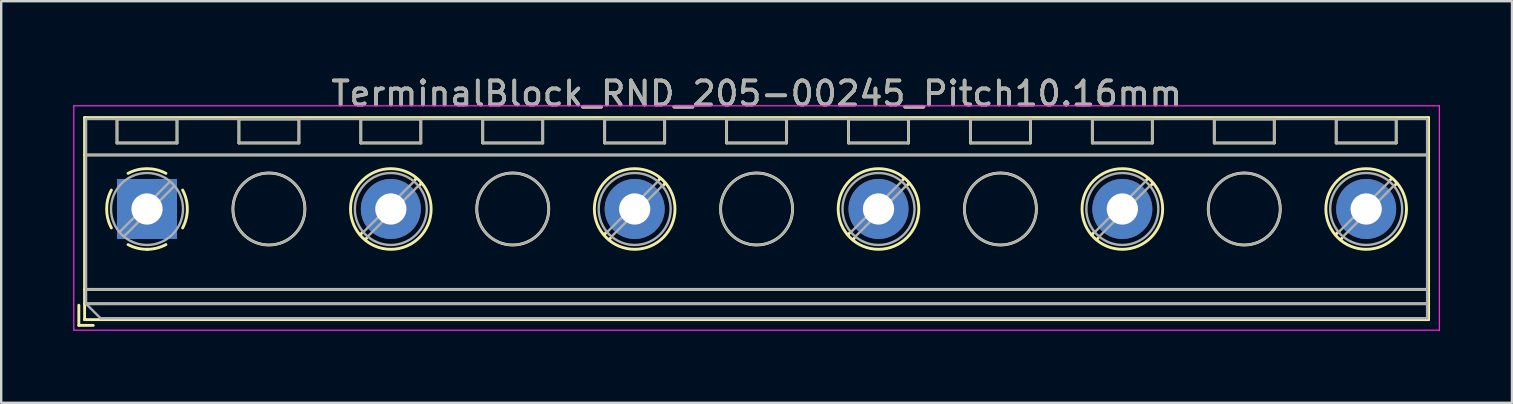
<source format=kicad_pcb>
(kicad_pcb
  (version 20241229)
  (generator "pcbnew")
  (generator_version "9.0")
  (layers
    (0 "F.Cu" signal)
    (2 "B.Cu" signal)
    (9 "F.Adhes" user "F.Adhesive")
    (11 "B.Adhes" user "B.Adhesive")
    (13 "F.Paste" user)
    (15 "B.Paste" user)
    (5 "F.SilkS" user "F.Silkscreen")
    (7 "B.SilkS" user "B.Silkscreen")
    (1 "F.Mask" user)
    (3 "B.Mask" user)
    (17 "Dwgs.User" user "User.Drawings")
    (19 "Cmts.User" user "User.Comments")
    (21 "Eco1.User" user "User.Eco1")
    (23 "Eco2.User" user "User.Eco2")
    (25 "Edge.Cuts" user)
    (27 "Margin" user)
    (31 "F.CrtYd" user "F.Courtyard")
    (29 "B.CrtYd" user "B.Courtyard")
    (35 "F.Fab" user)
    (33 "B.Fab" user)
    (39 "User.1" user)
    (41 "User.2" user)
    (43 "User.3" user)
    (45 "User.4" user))
  (footprint "TerminalBlock_RND_205-00245_Pitch10.16mm"
    (layer "F.Cu")
    (at 3.075 5.658)
    (property "Reference" "TerminalBlock_RND_205-00245_Pitch10.16mm" (at 25.4 -4.81 0) (layer "F.SilkS") (effects (font (size 1 1) (thickness 0.15))))
    (attr through_hole)
    (fp_line (start -2.84 4.01) (end -2.84 4.85) (stroke (width 0.12) (type solid)) (layer "F.SilkS"))
    (fp_line (start -2.84 4.85) (end -2.24 4.85) (stroke (width 0.12) (type solid)) (layer "F.SilkS"))
    (fp_line (start -2.6 -3.81) (end -2.6 4.61) (stroke (width 0.12) (type solid)) (layer "F.SilkS"))
    (fp_line (start -2.6 -2.25) (end 53.4 -2.25) (stroke (width 0.12) (type solid)) (layer "F.SilkS"))
    (fp_line (start -2.6 3.35) (end 53.4 3.35) (stroke (width 0.12) (type solid)) (layer "F.SilkS"))
    (fp_line (start -2.6 3.95) (end 53.4 3.95) (stroke (width 0.12) (type solid)) (layer "F.SilkS"))
    (fp_line (start -2.6 4.61) (end 53.4 4.61) (stroke (width 0.12) (type solid)) (layer "F.SilkS"))
    (fp_line (start -1.25 -3.751) (end -1.25 -2.751) (stroke (width 0.12) (type solid)) (layer "F.SilkS"))
    (fp_line (start -1.25 -3.751) (end 1.25 -3.751) (stroke (width 0.12) (type solid)) (layer "F.SilkS"))
    (fp_line (start -1.25 -2.751) (end 1.25 -2.751) (stroke (width 0.12) (type solid)) (layer "F.SilkS"))
    (fp_line (start 1.25 -3.751) (end 1.25 -2.751) (stroke (width 0.12) (type solid)) (layer "F.SilkS"))
    (fp_line (start 3.83 -3.751) (end 3.83 -2.751) (stroke (width 0.12) (type solid)) (layer "F.SilkS"))
    (fp_line (start 3.83 -3.751) (end 6.33 -3.751) (stroke (width 0.12) (type solid)) (layer "F.SilkS"))
    (fp_line (start 3.83 -2.751) (end 6.33 -2.751) (stroke (width 0.12) (type solid)) (layer "F.SilkS"))
    (fp_line (start 6.33 -3.751) (end 6.33 -2.751) (stroke (width 0.12) (type solid)) (layer "F.SilkS"))
    (fp_line (start 8.91 -3.751) (end 8.91 -2.751) (stroke (width 0.12) (type solid)) (layer "F.SilkS"))
    (fp_line (start 8.91 -3.751) (end 11.41 -3.751) (stroke (width 0.12) (type solid)) (layer "F.SilkS"))
    (fp_line (start 8.91 -2.751) (end 11.41 -2.751) (stroke (width 0.12) (type solid)) (layer "F.SilkS"))
    (fp_line (start 8.98 0.976) (end 8.886 1.069) (stroke (width 0.12) (type solid)) (layer "F.SilkS"))
    (fp_line (start 9.15 1.216) (end 9.091 1.274) (stroke (width 0.12) (type solid)) (layer "F.SilkS"))
    (fp_line (start 11.23 -1.275) (end 11.171 -1.216) (stroke (width 0.12) (type solid)) (layer "F.SilkS"))
    (fp_line (start 11.41 -3.751) (end 11.41 -2.751) (stroke (width 0.12) (type solid)) (layer "F.SilkS"))
    (fp_line (start 11.435 -1.069) (end 11.341 -0.976) (stroke (width 0.12) (type solid)) (layer "F.SilkS"))
    (fp_line (start 13.99 -3.751) (end 13.99 -2.751) (stroke (width 0.12) (type solid)) (layer "F.SilkS"))
    (fp_line (start 13.99 -3.751) (end 16.49 -3.751) (stroke (width 0.12) (type solid)) (layer "F.SilkS"))
    (fp_line (start 13.99 -2.751) (end 16.49 -2.751) (stroke (width 0.12) (type solid)) (layer "F.SilkS"))
    (fp_line (start 16.49 -3.751) (end 16.49 -2.751) (stroke (width 0.12) (type solid)) (layer "F.SilkS"))
    (fp_line (start 19.07 -3.751) (end 19.07 -2.751) (stroke (width 0.12) (type solid)) (layer "F.SilkS"))
    (fp_line (start 19.07 -3.751) (end 21.57 -3.751) (stroke (width 0.12) (type solid)) (layer "F.SilkS"))
    (fp_line (start 19.07 -2.751) (end 21.57 -2.751) (stroke (width 0.12) (type solid)) (layer "F.SilkS"))
    (fp_line (start 19.14 0.976) (end 19.046 1.069) (stroke (width 0.12) (type solid)) (layer "F.SilkS"))
    (fp_line (start 19.31 1.216) (end 19.251 1.274) (stroke (width 0.12) (type solid)) (layer "F.SilkS"))
    (fp_line (start 21.39 -1.275) (end 21.331 -1.216) (stroke (width 0.12) (type solid)) (layer "F.SilkS"))
    (fp_line (start 21.57 -3.751) (end 21.57 -2.751) (stroke (width 0.12) (type solid)) (layer "F.SilkS"))
    (fp_line (start 21.595 -1.069) (end 21.501 -0.976) (stroke (width 0.12) (type solid)) (layer "F.SilkS"))
    (fp_line (start 24.15 -3.751) (end 24.15 -2.751) (stroke (width 0.12) (type solid)) (layer "F.SilkS"))
    (fp_line (start 24.15 -3.751) (end 26.65 -3.751) (stroke (width 0.12) (type solid)) (layer "F.SilkS"))
    (fp_line (start 24.15 -2.751) (end 26.65 -2.751) (stroke (width 0.12) (type solid)) (layer "F.SilkS"))
    (fp_line (start 26.65 -3.751) (end 26.65 -2.751) (stroke (width 0.12) (type solid)) (layer "F.SilkS"))
    (fp_line (start 29.23 -3.751) (end 29.23 -2.751) (stroke (width 0.12) (type solid)) (layer "F.SilkS"))
    (fp_line (start 29.23 -3.751) (end 31.73 -3.751) (stroke (width 0.12) (type solid)) (layer "F.SilkS"))
    (fp_line (start 29.23 -2.751) (end 31.73 -2.751) (stroke (width 0.12) (type solid)) (layer "F.SilkS"))
    (fp_line (start 29.3 0.976) (end 29.206 1.069) (stroke (width 0.12) (type solid)) (layer "F.SilkS"))
    (fp_line (start 29.47 1.216) (end 29.411 1.274) (stroke (width 0.12) (type solid)) (layer "F.SilkS"))
    (fp_line (start 31.55 -1.275) (end 31.491 -1.216) (stroke (width 0.12) (type solid)) (layer "F.SilkS"))
    (fp_line (start 31.73 -3.751) (end 31.73 -2.751) (stroke (width 0.12) (type solid)) (layer "F.SilkS"))
    (fp_line (start 31.755 -1.069) (end 31.661 -0.976) (stroke (width 0.12) (type solid)) (layer "F.SilkS"))
    (fp_line (start 34.31 -3.751) (end 34.31 -2.751) (stroke (width 0.12) (type solid)) (layer "F.SilkS"))
    (fp_line (start 34.31 -3.751) (end 36.81 -3.751) (stroke (width 0.12) (type solid)) (layer "F.SilkS"))
    (fp_line (start 34.31 -2.751) (end 36.81 -2.751) (stroke (width 0.12) (type solid)) (layer "F.SilkS"))
    (fp_line (start 36.81 -3.751) (end 36.81 -2.751) (stroke (width 0.12) (type solid)) (layer "F.SilkS"))
    (fp_line (start 39.39 -3.751) (end 39.39 -2.751) (stroke (width 0.12) (type solid)) (layer "F.SilkS"))
    (fp_line (start 39.39 -3.751) (end 41.89 -3.751) (stroke (width 0.12) (type solid)) (layer "F.SilkS"))
    (fp_line (start 39.39 -2.751) (end 41.89 -2.751) (stroke (width 0.12) (type solid)) (layer "F.SilkS"))
    (fp_line (start 39.46 0.976) (end 39.366 1.069) (stroke (width 0.12) (type solid)) (layer "F.SilkS"))
    (fp_line (start 39.63 1.216) (end 39.571 1.274) (stroke (width 0.12) (type solid)) (layer "F.SilkS"))
    (fp_line (start 41.71 -1.275) (end 41.651 -1.216) (stroke (width 0.12) (type solid)) (layer "F.SilkS"))
    (fp_line (start 41.89 -3.751) (end 41.89 -2.751) (stroke (width 0.12) (type solid)) (layer "F.SilkS"))
    (fp_line (start 41.915 -1.069) (end 41.821 -0.976) (stroke (width 0.12) (type solid)) (layer "F.SilkS"))
    (fp_line (start 44.47 -3.751) (end 44.47 -2.751) (stroke (width 0.12) (type solid)) (layer "F.SilkS"))
    (fp_line (start 44.47 -3.751) (end 46.97 -3.751) (stroke (width 0.12) (type solid)) (layer "F.SilkS"))
    (fp_line (start 44.47 -2.751) (end 46.97 -2.751) (stroke (width 0.12) (type solid)) (layer "F.SilkS"))
    (fp_line (start 46.97 -3.751) (end 46.97 -2.751) (stroke (width 0.12) (type solid)) (layer "F.SilkS"))
    (fp_line (start 49.55 -3.751) (end 49.55 -2.751) (stroke (width 0.12) (type solid)) (layer "F.SilkS"))
    (fp_line (start 49.55 -3.751) (end 52.05 -3.751) (stroke (width 0.12) (type solid)) (layer "F.SilkS"))
    (fp_line (start 49.55 -2.751) (end 52.05 -2.751) (stroke (width 0.12) (type solid)) (layer "F.SilkS"))
    (fp_line (start 49.62 0.976) (end 49.526 1.069) (stroke (width 0.12) (type solid)) (layer "F.SilkS"))
    (fp_line (start 49.79 1.216) (end 49.731 1.274) (stroke (width 0.12) (type solid)) (layer "F.SilkS"))
    (fp_line (start 51.87 -1.275) (end 51.811 -1.216) (stroke (width 0.12) (type solid)) (layer "F.SilkS"))
    (fp_line (start 52.05 -3.751) (end 52.05 -2.751) (stroke (width 0.12) (type solid)) (layer "F.SilkS"))
    (fp_line (start 52.075 -1.069) (end 51.981 -0.976) (stroke (width 0.12) (type solid)) (layer "F.SilkS"))
    (fp_line (start 53.4 -3.81) (end -2.6 -3.81) (stroke (width 0.12) (type solid)) (layer "F.SilkS"))
    (fp_line (start 53.4 4.61) (end 53.4 -3.81) (stroke (width 0.12) (type solid)) (layer "F.SilkS"))
    (fp_arc (start -1.483953 0.789089) (mid -1.680708 0.00005) (end -1.484 -0.789) (stroke (width 0.12) (type solid)) (layer "F.SilkS"))
    (fp_arc (start -0.789089 -1.483953) (mid -0.00005 -1.680708) (end 0.789 -1.484) (stroke (width 0.12) (type solid)) (layer "F.SilkS"))
    (fp_arc (start 0.029383 1.68045) (mid -0.392304 1.634281) (end -0.789 1.484) (stroke (width 0.12) (type solid)) (layer "F.SilkS"))
    (fp_arc (start 0.788712 1.483352) (mid 0.406429 1.630097) (end 0 1.68) (stroke (width 0.12) (type solid)) (layer "F.SilkS"))
    (fp_arc (start 1.483953 -0.789089) (mid 1.680708 -0.00005) (end 1.484 0.789) (stroke (width 0.12) (type solid)) (layer "F.SilkS"))
    (fp_circle (center 5.08 0) (end 6.58 0) (stroke (width 0.12) (type solid)) (fill no) (layer "F.SilkS"))
    (fp_circle (center 10.16 0) (end 11.84 0) (stroke (width 0.12) (type solid)) (fill no) (layer "F.SilkS"))
    (fp_circle (center 15.24 0) (end 16.74 0) (stroke (width 0.12) (type solid)) (fill no) (layer "F.SilkS"))
    (fp_circle (center 20.32 0) (end 22 0) (stroke (width 0.12) (type solid)) (fill no) (layer "F.SilkS"))
    (fp_circle (center 25.4 0) (end 26.9 0) (stroke (width 0.12) (type solid)) (fill no) (layer "F.SilkS"))
    (fp_circle (center 30.48 0) (end 32.16 0) (stroke (width 0.12) (type solid)) (fill no) (layer "F.SilkS"))
    (fp_circle (center 35.56 0) (end 37.06 0) (stroke (width 0.12) (type solid)) (fill no) (layer "F.SilkS"))
    (fp_circle (center 40.64 0) (end 42.32 0) (stroke (width 0.12) (type solid)) (fill no) (layer "F.SilkS"))
    (fp_circle (center 45.72 0) (end 47.22 0) (stroke (width 0.12) (type solid)) (fill no) (layer "F.SilkS"))
    (fp_circle (center 50.8 0) (end 52.48 0) (stroke (width 0.12) (type solid)) (fill no) (layer "F.SilkS"))
    (fp_line (start -3.05 -4.3) (end -3.05 5.05) (stroke (width 0.05) (type solid)) (layer "F.CrtYd"))
    (fp_line (start -3.05 5.05) (end 53.85 5.05) (stroke (width 0.05) (type solid)) (layer "F.CrtYd"))
    (fp_line (start 53.85 -4.3) (end -3.05 -4.3) (stroke (width 0.05) (type solid)) (layer "F.CrtYd"))
    (fp_line (start 53.85 5.05) (end 53.85 -4.3) (stroke (width 0.05) (type solid)) (layer "F.CrtYd"))
    (fp_line (start -2.54 -3.75) (end 53.34 -3.75) (stroke (width 0.1) (type solid)) (layer "F.Fab"))
    (fp_line (start -2.54 -2.25) (end 53.34 -2.25) (stroke (width 0.1) (type solid)) (layer "F.Fab"))
    (fp_line (start -2.54 3.35) (end 53.34 3.35) (stroke (width 0.1) (type solid)) (layer "F.Fab"))
    (fp_line (start -2.54 3.95) (end -2.54 -3.75) (stroke (width 0.1) (type solid)) (layer "F.Fab"))
    (fp_line (start -2.54 3.95) (end 53.34 3.95) (stroke (width 0.1) (type solid)) (layer "F.Fab"))
    (fp_line (start -1.94 4.55) (end -2.54 3.95) (stroke (width 0.1) (type solid)) (layer "F.Fab"))
    (fp_line (start -1.25 -3.75) (end -1.25 -2.75) (stroke (width 0.1) (type solid)) (layer "F.Fab"))
    (fp_line (start -1.25 -2.75) (end 1.25 -2.75) (stroke (width 0.1) (type solid)) (layer "F.Fab"))
    (fp_line (start 0.955 -1.138) (end -1.138 0.955) (stroke (width 0.1) (type solid)) (layer "F.Fab"))
    (fp_line (start 1.138 -0.955) (end -0.955 1.138) (stroke (width 0.1) (type solid)) (layer "F.Fab"))
    (fp_line (start 1.25 -3.75) (end -1.25 -3.75) (stroke (width 0.1) (type solid)) (layer "F.Fab"))
    (fp_line (start 1.25 -2.75) (end 1.25 -3.75) (stroke (width 0.1) (type solid)) (layer "F.Fab"))
    (fp_line (start 3.83 -3.75) (end 3.83 -2.75) (stroke (width 0.1) (type solid)) (layer "F.Fab"))
    (fp_line (start 3.83 -2.75) (end 6.33 -2.75) (stroke (width 0.1) (type solid)) (layer "F.Fab"))
    (fp_line (start 6.33 -3.75) (end 3.83 -3.75) (stroke (width 0.1) (type solid)) (layer "F.Fab"))
    (fp_line (start 6.33 -2.75) (end 6.33 -3.75) (stroke (width 0.1) (type solid)) (layer "F.Fab"))
    (fp_line (start 8.91 -3.75) (end 8.91 -2.75) (stroke (width 0.1) (type solid)) (layer "F.Fab"))
    (fp_line (start 8.91 -2.75) (end 11.41 -2.75) (stroke (width 0.1) (type solid)) (layer "F.Fab"))
    (fp_line (start 11.115 -1.138) (end 9.023 0.955) (stroke (width 0.1) (type solid)) (layer "F.Fab"))
    (fp_line (start 11.298 -0.955) (end 9.206 1.138) (stroke (width 0.1) (type solid)) (layer "F.Fab"))
    (fp_line (start 11.41 -3.75) (end 8.91 -3.75) (stroke (width 0.1) (type solid)) (layer "F.Fab"))
    (fp_line (start 11.41 -2.75) (end 11.41 -3.75) (stroke (width 0.1) (type solid)) (layer "F.Fab"))
    (fp_line (start 13.99 -3.75) (end 13.99 -2.75) (stroke (width 0.1) (type solid)) (layer "F.Fab"))
    (fp_line (start 13.99 -2.75) (end 16.49 -2.75) (stroke (width 0.1) (type solid)) (layer "F.Fab"))
    (fp_line (start 16.49 -3.75) (end 13.99 -3.75) (stroke (width 0.1) (type solid)) (layer "F.Fab"))
    (fp_line (start 16.49 -2.75) (end 16.49 -3.75) (stroke (width 0.1) (type solid)) (layer "F.Fab"))
    (fp_line (start 19.07 -3.75) (end 19.07 -2.75) (stroke (width 0.1) (type solid)) (layer "F.Fab"))
    (fp_line (start 19.07 -2.75) (end 21.57 -2.75) (stroke (width 0.1) (type solid)) (layer "F.Fab"))
    (fp_line (start 21.275 -1.138) (end 19.183 0.955) (stroke (width 0.1) (type solid)) (layer "F.Fab"))
    (fp_line (start 21.458 -0.955) (end 19.366 1.138) (stroke (width 0.1) (type solid)) (layer "F.Fab"))
    (fp_line (start 21.57 -3.75) (end 19.07 -3.75) (stroke (width 0.1) (type solid)) (layer "F.Fab"))
    (fp_line (start 21.57 -2.75) (end 21.57 -3.75) (stroke (width 0.1) (type solid)) (layer "F.Fab"))
    (fp_line (start 24.15 -3.75) (end 24.15 -2.75) (stroke (width 0.1) (type solid)) (layer "F.Fab"))
    (fp_line (start 24.15 -2.75) (end 26.65 -2.75) (stroke (width 0.1) (type solid)) (layer "F.Fab"))
    (fp_line (start 26.65 -3.75) (end 24.15 -3.75) (stroke (width 0.1) (type solid)) (layer "F.Fab"))
    (fp_line (start 26.65 -2.75) (end 26.65 -3.75) (stroke (width 0.1) (type solid)) (layer "F.Fab"))
    (fp_line (start 29.23 -3.75) (end 29.23 -2.75) (stroke (width 0.1) (type solid)) (layer "F.Fab"))
    (fp_line (start 29.23 -2.75) (end 31.73 -2.75) (stroke (width 0.1) (type solid)) (layer "F.Fab"))
    (fp_line (start 31.435 -1.138) (end 29.343 0.955) (stroke (width 0.1) (type solid)) (layer "F.Fab"))
    (fp_line (start 31.618 -0.955) (end 29.526 1.138) (stroke (width 0.1) (type solid)) (layer "F.Fab"))
    (fp_line (start 31.73 -3.75) (end 29.23 -3.75) (stroke (width 0.1) (type solid)) (layer "F.Fab"))
    (fp_line (start 31.73 -2.75) (end 31.73 -3.75) (stroke (width 0.1) (type solid)) (layer "F.Fab"))
    (fp_line (start 34.31 -3.75) (end 34.31 -2.75) (stroke (width 0.1) (type solid)) (layer "F.Fab"))
    (fp_line (start 34.31 -2.75) (end 36.81 -2.75) (stroke (width 0.1) (type solid)) (layer "F.Fab"))
    (fp_line (start 36.81 -3.75) (end 34.31 -3.75) (stroke (width 0.1) (type solid)) (layer "F.Fab"))
    (fp_line (start 36.81 -2.75) (end 36.81 -3.75) (stroke (width 0.1) (type solid)) (layer "F.Fab"))
    (fp_line (start 39.39 -3.75) (end 39.39 -2.75) (stroke (width 0.1) (type solid)) (layer "F.Fab"))
    (fp_line (start 39.39 -2.75) (end 41.89 -2.75) (stroke (width 0.1) (type solid)) (layer "F.Fab"))
    (fp_line (start 41.595 -1.138) (end 39.503 0.955) (stroke (width 0.1) (type solid)) (layer "F.Fab"))
    (fp_line (start 41.778 -0.955) (end 39.686 1.138) (stroke (width 0.1) (type solid)) (layer "F.Fab"))
    (fp_line (start 41.89 -3.75) (end 39.39 -3.75) (stroke (width 0.1) (type solid)) (layer "F.Fab"))
    (fp_line (start 41.89 -2.75) (end 41.89 -3.75) (stroke (width 0.1) (type solid)) (layer "F.Fab"))
    (fp_line (start 44.47 -3.75) (end 44.47 -2.75) (stroke (width 0.1) (type solid)) (layer "F.Fab"))
    (fp_line (start 44.47 -2.75) (end 46.97 -2.75) (stroke (width 0.1) (type solid)) (layer "F.Fab"))
    (fp_line (start 46.97 -3.75) (end 44.47 -3.75) (stroke (width 0.1) (type solid)) (layer "F.Fab"))
    (fp_line (start 46.97 -2.75) (end 46.97 -3.75) (stroke (width 0.1) (type solid)) (layer "F.Fab"))
    (fp_line (start 49.55 -3.75) (end 49.55 -2.75) (stroke (width 0.1) (type solid)) (layer "F.Fab"))
    (fp_line (start 49.55 -2.75) (end 52.05 -2.75) (stroke (width 0.1) (type solid)) (layer "F.Fab"))
    (fp_line (start 51.755 -1.138) (end 49.663 0.955) (stroke (width 0.1) (type solid)) (layer "F.Fab"))
    (fp_line (start 51.938 -0.955) (end 49.846 1.138) (stroke (width 0.1) (type solid)) (layer "F.Fab"))
    (fp_line (start 52.05 -3.75) (end 49.55 -3.75) (stroke (width 0.1) (type solid)) (layer "F.Fab"))
    (fp_line (start 52.05 -2.75) (end 52.05 -3.75) (stroke (width 0.1) (type solid)) (layer "F.Fab"))
    (fp_line (start 53.34 -3.75) (end 53.34 4.55) (stroke (width 0.1) (type solid)) (layer "F.Fab"))
    (fp_line (start 53.34 4.55) (end -1.94 4.55) (stroke (width 0.1) (type solid)) (layer "F.Fab"))
    (fp_circle (center 0 0) (end 1.5 0) (stroke (width 0.1) (type solid)) (fill no) (layer "F.Fab"))
    (fp_circle (center 5.08 0) (end 6.58 0) (stroke (width 0.1) (type solid)) (fill no) (layer "F.Fab"))
    (fp_circle (center 10.16 0) (end 11.66 0) (stroke (width 0.1) (type solid)) (fill no) (layer "F.Fab"))
    (fp_circle (center 15.24 0) (end 16.74 0) (stroke (width 0.1) (type solid)) (fill no) (layer "F.Fab"))
    (fp_circle (center 20.32 0) (end 21.82 0) (stroke (width 0.1) (type solid)) (fill no) (layer "F.Fab"))
    (fp_circle (center 25.4 0) (end 26.9 0) (stroke (width 0.1) (type solid)) (fill no) (layer "F.Fab"))
    (fp_circle (center 30.48 0) (end 31.98 0) (stroke (width 0.1) (type solid)) (fill no) (layer "F.Fab"))
    (fp_circle (center 35.56 0) (end 37.06 0) (stroke (width 0.1) (type solid)) (fill no) (layer "F.Fab"))
    (fp_circle (center 40.64 0) (end 42.14 0) (stroke (width 0.1) (type solid)) (fill no) (layer "F.Fab"))
    (fp_circle (center 45.72 0) (end 47.22 0) (stroke (width 0.1) (type solid)) (fill no) (layer "F.Fab"))
    (fp_circle (center 50.8 0) (end 52.3 0) (stroke (width 0.1) (type solid)) (fill no) (layer "F.Fab"))
    (fp_text user "${REFERENCE}" (at 25.4 -4.81 0) (layer "F.Fab") (effects (font (size 1 1) (thickness 0.15))))
    (pad "1" thru_hole rect (at 0 0) (size 2.5 2.5) (drill 1.3) (layers "*.Cu" "*.Mask"))
    (pad "2" thru_hole circle (at 10.16 0) (size 2.5 2.5) (drill 1.3) (layers "*.Cu" "*.Mask"))
    (pad "3" thru_hole circle (at 20.32 0) (size 2.5 2.5) (drill 1.3) (layers "*.Cu" "*.Mask"))
    (pad "4" thru_hole circle (at 30.48 0) (size 2.5 2.5) (drill 1.3) (layers "*.Cu" "*.Mask"))
    (pad "5" thru_hole circle (at 40.64 0) (size 2.5 2.5) (drill 1.3) (layers "*.Cu" "*.Mask"))
    (pad "6" thru_hole circle (at 50.8 0) (size 2.5 2.5) (drill 1.3) (layers "*.Cu" "*.Mask")))
  (gr_rect
    (start -3 -3)
    (end 59.95 13.733)
    (stroke (width 0.1) (type default))
    (fill no)
    (layer "Edge.Cuts")))
</source>
